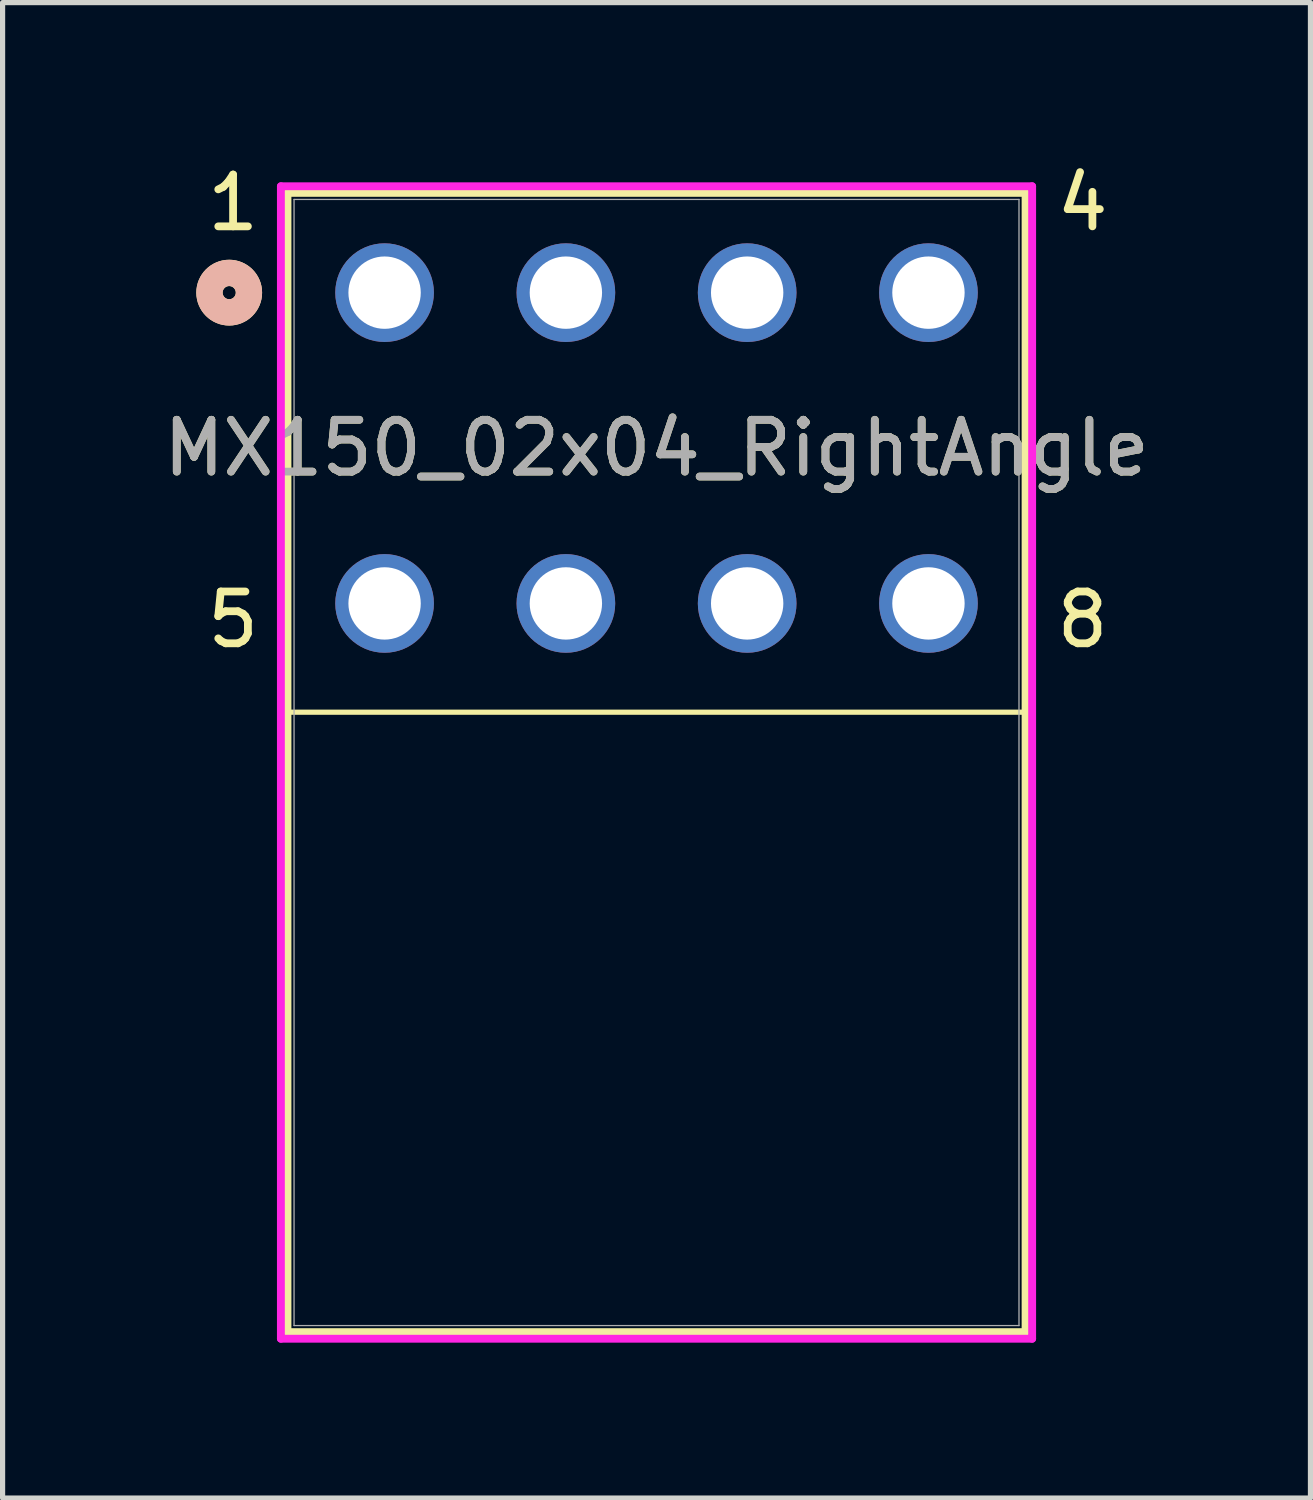
<source format=kicad_pcb>
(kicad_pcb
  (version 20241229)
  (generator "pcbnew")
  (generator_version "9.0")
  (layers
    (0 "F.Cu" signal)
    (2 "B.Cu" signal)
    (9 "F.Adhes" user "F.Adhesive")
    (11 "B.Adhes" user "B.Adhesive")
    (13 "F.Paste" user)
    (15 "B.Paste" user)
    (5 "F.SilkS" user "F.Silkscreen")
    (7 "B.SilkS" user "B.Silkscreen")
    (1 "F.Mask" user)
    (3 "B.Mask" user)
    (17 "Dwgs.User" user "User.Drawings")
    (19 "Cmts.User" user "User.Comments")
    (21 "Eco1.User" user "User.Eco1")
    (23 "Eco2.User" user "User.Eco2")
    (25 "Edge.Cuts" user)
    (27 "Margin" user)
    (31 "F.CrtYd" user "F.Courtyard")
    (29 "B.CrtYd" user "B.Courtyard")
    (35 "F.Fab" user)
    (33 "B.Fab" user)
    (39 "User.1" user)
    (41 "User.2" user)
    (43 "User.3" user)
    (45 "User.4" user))
  (footprint "MX150_02x04_RightAngle"
    (layer "F.Cu")
    (at 9.775 5.5)
    (property "Reference" "MX150_02x04_RightAngle" (at -0.15 0.1 0) (unlocked yes) (layer "F.SilkS") (effects (font (size 1 1) (thickness 0.15))))
    (attr through_hole)
    (fp_line (start -7.275 -4.827) (end -7.275 17.169) (stroke (width 0.152) (type solid)) (layer "F.SilkS"))
    (fp_line (start -7.275 17.169) (end 6.975 17.169) (stroke (width 0.152) (type solid)) (layer "F.SilkS"))
    (fp_line (start 6.975 -4.827) (end -7.275 -4.827) (stroke (width 0.152) (type solid)) (layer "F.SilkS"))
    (fp_line (start 6.975 17.169) (end 6.975 -4.827) (stroke (width 0.152) (type solid)) (layer "F.SilkS"))
    (fp_rect (start -7.275 -4.827) (end 6.975 5.2) (stroke (width 0.1) (type default)) (fill no) (layer "F.SilkS"))
    (fp_circle (center -8.4 -2.9) (end -8.019 -2.9) (stroke (width 0.508) (type solid)) (fill no) (layer "F.SilkS"))
    (fp_circle (center -8.4 -2.9) (end -8.019 -2.9) (stroke (width 0.508) (type solid)) (fill no) (layer "B.SilkS"))
    (fp_line (start -7.402 -4.954) (end -7.402 17.296) (stroke (width 0.152) (type solid)) (layer "F.CrtYd"))
    (fp_line (start -7.402 17.296) (end 7.102 17.296) (stroke (width 0.152) (type solid)) (layer "F.CrtYd"))
    (fp_line (start 7.102 -4.954) (end -7.402 -4.954) (stroke (width 0.152) (type solid)) (layer "F.CrtYd"))
    (fp_line (start 7.102 17.296) (end 7.102 -4.954) (stroke (width 0.152) (type solid)) (layer "F.CrtYd"))
    (fp_line (start -7.148 -4.7) (end -7.148 17.042) (stroke (width 0.025) (type solid)) (layer "F.Fab"))
    (fp_line (start -7.148 17.042) (end 6.848 17.042) (stroke (width 0.025) (type solid)) (layer "F.Fab"))
    (fp_line (start 6.848 -4.7) (end -7.148 -4.7) (stroke (width 0.025) (type solid)) (layer "F.Fab"))
    (fp_line (start 6.848 17.042) (end 6.848 -4.7) (stroke (width 0.025) (type solid)) (layer "F.Fab"))
    (fp_circle (center -5.4 -2.9) (end -5.019 -2.9) (stroke (width 0.508) (type solid)) (fill no) (layer "F.Fab"))
    (fp_text user "4\n\n\n\n\n8" (at 7.5 4 0) (unlocked yes) (layer "F.SilkS") (effects (font (size 1 1) (thickness 0.15)) (justify left bottom)))
    (fp_text user "1\n\n\n\n\n5" (at -8.9 4 0) (unlocked yes) (layer "F.SilkS") (effects (font (size 1 1) (thickness 0.15)) (justify left bottom)))
    (fp_text user "${REFERENCE}" (at -0.15 0.1 0) (unlocked yes) (layer "F.Fab") (effects (font (size 1 1) (thickness 0.15))))
    (pad "1" thru_hole circle (at -5.4 -2.9) (size 1.905 1.905) (drill 1.397) (layers "*.Cu" "*.Mask"))
    (pad "2" thru_hole circle (at -1.9 -2.9) (size 1.905 1.905) (drill 1.397) (layers "*.Cu" "*.Mask"))
    (pad "3" thru_hole circle (at 1.6 -2.9) (size 1.905 1.905) (drill 1.397) (layers "*.Cu" "*.Mask"))
    (pad "4" thru_hole circle (at 5.1 -2.9) (size 1.905 1.905) (drill 1.397) (layers "*.Cu" "*.Mask"))
    (pad "5" thru_hole circle (at -5.4 3.1) (size 1.905 1.905) (drill 1.397) (layers "*.Cu" "*.Mask"))
    (pad "6" thru_hole circle (at -1.9 3.1) (size 1.905 1.905) (drill 1.397) (layers "*.Cu" "*.Mask"))
    (pad "7" thru_hole circle (at 1.6 3.1) (size 1.905 1.905) (drill 1.397) (layers "*.Cu" "*.Mask"))
    (pad "8" thru_hole circle (at 5.1 3.1) (size 1.905 1.905) (drill 1.397) (layers "*.Cu" "*.Mask")))
  (gr_rect
    (start -3 -3)
    (end 22.25 25.872)
    (stroke (width 0.1) (type default))
    (fill no)
    (layer "Edge.Cuts")))
</source>
